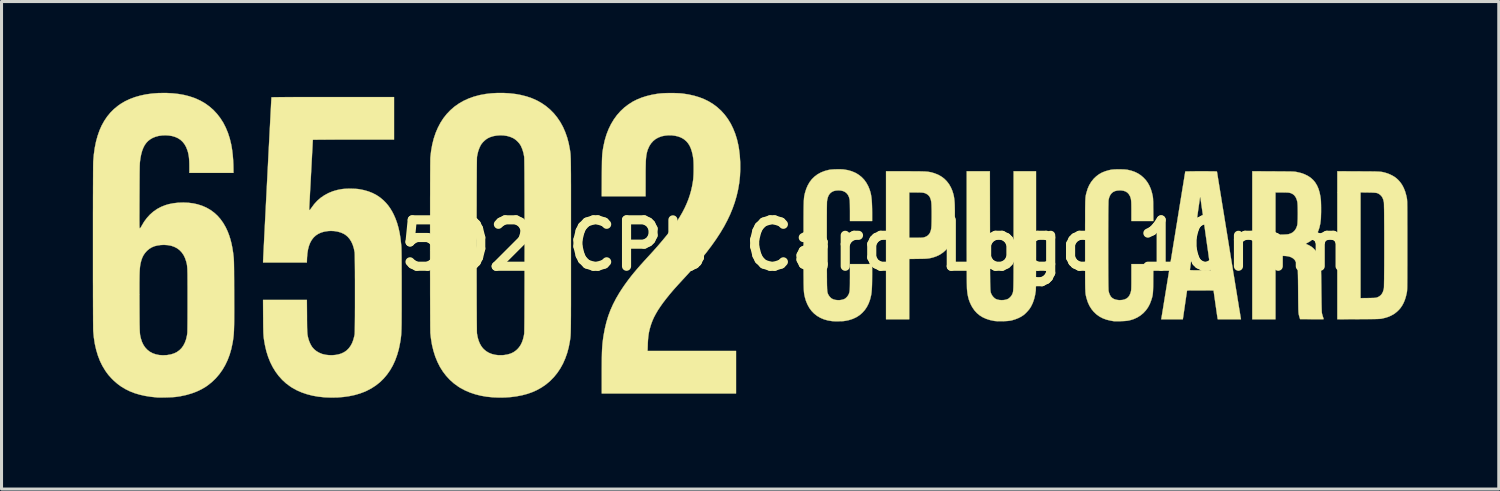
<source format=kicad_pcb>
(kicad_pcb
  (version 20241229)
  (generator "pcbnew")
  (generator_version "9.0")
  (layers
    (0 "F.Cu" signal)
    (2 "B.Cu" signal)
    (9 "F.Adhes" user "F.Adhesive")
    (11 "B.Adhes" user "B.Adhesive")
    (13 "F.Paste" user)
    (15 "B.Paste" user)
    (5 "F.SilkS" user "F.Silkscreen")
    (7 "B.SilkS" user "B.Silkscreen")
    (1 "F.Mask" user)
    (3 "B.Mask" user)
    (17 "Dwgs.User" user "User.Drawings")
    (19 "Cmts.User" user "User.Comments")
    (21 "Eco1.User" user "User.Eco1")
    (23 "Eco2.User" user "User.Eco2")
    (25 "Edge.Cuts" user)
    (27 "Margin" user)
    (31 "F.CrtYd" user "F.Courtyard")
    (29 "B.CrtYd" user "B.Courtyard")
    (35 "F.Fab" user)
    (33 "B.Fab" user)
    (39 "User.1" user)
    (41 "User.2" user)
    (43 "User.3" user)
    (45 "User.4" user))
  (footprint "6502 CPU Card Logo 10mm"
    (layer "F.Cu")
    (at 25.007 5.007)
    (property "Reference" "6502 CPU Card Logo 10mm" (at 0 0 0) (layer "F.SilkS") (effects (font (size 1.524 1.524) (thickness 0.3))))
    (attr through_hole)
    (fp_poly (pts (xy 1.679 -2.43) (xy 1.81 -2.43) (xy 1.926 -2.429) (xy 2.027 -2.429) (xy 2.116 -2.428) (xy 2.193 -2.427) (xy 2.259 -2.425) (xy 2.317 -2.423) (xy 2.368 -2.42) (xy 2.412 -2.416) (xy 2.451 -2.411) (xy 2.486 -2.405) (xy 2.52 -2.399) (xy 2.552 -2.391) (xy 2.585 -2.381) (xy 2.62 -2.371) (xy 2.642 -2.364) (xy 2.757 -2.319) (xy 2.863 -2.26) (xy 2.96 -2.188) (xy 3.045 -2.103) (xy 3.119 -2.007) (xy 3.18 -1.9) (xy 3.22 -1.808) (xy 3.239 -1.754) (xy 3.255 -1.702) (xy 3.269 -1.65) (xy 3.28 -1.597) (xy 3.289 -1.539) (xy 3.296 -1.477) (xy 3.302 -1.407) (xy 3.306 -1.328) (xy 3.308 -1.238) (xy 3.31 -1.136) (xy 3.31 -1.018) (xy 3.31 -0.992) (xy 3.31 -0.879) (xy 3.309 -0.78) (xy 3.307 -0.694) (xy 3.305 -0.62) (xy 3.301 -0.554) (xy 3.296 -0.497) (xy 3.289 -0.444) (xy 3.281 -0.395) (xy 3.271 -0.347) (xy 3.26 -0.3) (xy 3.252 -0.273) (xy 3.21 -0.149) (xy 3.155 -0.034) (xy 3.088 0.069) (xy 3.009 0.16) (xy 2.919 0.24) (xy 2.819 0.307) (xy 2.709 0.36) (xy 2.625 0.39) (xy 2.579 0.403) (xy 2.537 0.414) (xy 2.498 0.423) (xy 2.458 0.429) (xy 2.416 0.435) (xy 2.369 0.439) (xy 2.313 0.442) (xy 2.248 0.444) (xy 2.169 0.445) (xy 2.106 0.446) (xy 1.812 0.45) (xy 1.812 2.43) (xy 1.05 2.43) (xy 1.05 -1.736) (xy 1.812 -1.736) (xy 1.812 -0.246) (xy 2.03 -0.246) (xy 2.109 -0.246) (xy 2.173 -0.247) (xy 2.222 -0.249) (xy 2.259 -0.252) (xy 2.284 -0.256) (xy 2.29 -0.257) (xy 2.36 -0.282) (xy 2.417 -0.316) (xy 2.462 -0.361) (xy 2.497 -0.418) (xy 2.522 -0.487) (xy 2.536 -0.555) (xy 2.539 -0.59) (xy 2.543 -0.639) (xy 2.545 -0.701) (xy 2.547 -0.771) (xy 2.548 -0.848) (xy 2.549 -0.93) (xy 2.549 -1.014) (xy 2.549 -1.096) (xy 2.548 -1.176) (xy 2.546 -1.25) (xy 2.544 -1.316) (xy 2.541 -1.37) (xy 2.537 -1.412) (xy 2.536 -1.426) (xy 2.519 -1.504) (xy 2.495 -1.569) (xy 2.462 -1.621) (xy 2.42 -1.662) (xy 2.371 -1.693) (xy 2.344 -1.705) (xy 2.318 -1.715) (xy 2.29 -1.723) (xy 2.257 -1.728) (xy 2.216 -1.732) (xy 2.167 -1.734) (xy 2.105 -1.735) (xy 2.029 -1.736) (xy 2.023 -1.736) (xy 1.812 -1.736) (xy 1.05 -1.736) (xy 1.05 -2.43) (xy 1.679 -2.43)) (stroke (width 0.01) (type solid)) (fill yes) (layer "F.SilkS"))
    (fp_poly (pts (xy 4.464 -0.489) (xy 4.465 -0.272) (xy 4.465 -0.072) (xy 4.465 0.113) (xy 4.465 0.283) (xy 4.466 0.439) (xy 4.466 0.581) (xy 4.466 0.71) (xy 4.467 0.827) (xy 4.467 0.932) (xy 4.468 1.027) (xy 4.469 1.111) (xy 4.469 1.185) (xy 4.47 1.251) (xy 4.472 1.308) (xy 4.473 1.358) (xy 4.475 1.4) (xy 4.476 1.437) (xy 4.478 1.467) (xy 4.481 1.493) (xy 4.483 1.515) (xy 4.486 1.533) (xy 4.489 1.547) (xy 4.493 1.56) (xy 4.496 1.571) (xy 4.501 1.581) (xy 4.505 1.591) (xy 4.51 1.601) (xy 4.515 1.612) (xy 4.518 1.618) (xy 4.541 1.658) (xy 4.574 1.698) (xy 4.611 1.734) (xy 4.648 1.761) (xy 4.653 1.764) (xy 4.711 1.786) (xy 4.779 1.799) (xy 4.852 1.803) (xy 4.926 1.799) (xy 4.996 1.785) (xy 5.051 1.765) (xy 5.091 1.739) (xy 5.131 1.703) (xy 5.166 1.661) (xy 5.192 1.617) (xy 5.198 1.604) (xy 5.203 1.592) (xy 5.207 1.581) (xy 5.211 1.57) (xy 5.215 1.559) (xy 5.218 1.546) (xy 5.221 1.532) (xy 5.224 1.516) (xy 5.226 1.497) (xy 5.228 1.474) (xy 5.23 1.446) (xy 5.232 1.414) (xy 5.234 1.375) (xy 5.235 1.331) (xy 5.236 1.279) (xy 5.237 1.22) (xy 5.238 1.152) (xy 5.239 1.075) (xy 5.239 0.988) (xy 5.24 0.891) (xy 5.24 0.783) (xy 5.241 0.663) (xy 5.241 0.531) (xy 5.241 0.385) (xy 5.241 0.226) (xy 5.241 0.052) (xy 5.241 -0.136) (xy 5.241 -0.341) (xy 5.241 -0.5) (xy 5.241 -2.43) (xy 5.977 -2.43) (xy 5.977 -0.512) (xy 5.977 -0.263) (xy 5.977 -0.03) (xy 5.977 0.185) (xy 5.977 0.384) (xy 5.976 0.567) (xy 5.976 0.732) (xy 5.976 0.881) (xy 5.975 1.014) (xy 5.974 1.13) (xy 5.974 1.23) (xy 5.973 1.314) (xy 5.972 1.382) (xy 5.971 1.433) (xy 5.97 1.469) (xy 5.969 1.488) (xy 5.969 1.488) (xy 5.946 1.635) (xy 5.913 1.771) (xy 5.869 1.897) (xy 5.814 2.01) (xy 5.772 2.078) (xy 5.74 2.12) (xy 5.699 2.167) (xy 5.654 2.215) (xy 5.609 2.258) (xy 5.571 2.29) (xy 5.492 2.343) (xy 5.401 2.39) (xy 5.3 2.43) (xy 5.193 2.463) (xy 5.149 2.473) (xy 5.104 2.48) (xy 5.045 2.487) (xy 4.977 2.491) (xy 4.904 2.494) (xy 4.829 2.495) (xy 4.756 2.495) (xy 4.69 2.493) (xy 4.633 2.489) (xy 4.602 2.485) (xy 4.464 2.456) (xy 4.339 2.416) (xy 4.226 2.365) (xy 4.125 2.302) (xy 4.035 2.227) (xy 3.955 2.139) (xy 3.886 2.039) (xy 3.846 1.967) (xy 3.805 1.878) (xy 3.772 1.79) (xy 3.747 1.697) (xy 3.727 1.598) (xy 3.714 1.488) (xy 3.709 1.431) (xy 3.708 1.408) (xy 3.707 1.369) (xy 3.706 1.313) (xy 3.705 1.241) (xy 3.704 1.153) (xy 3.703 1.05) (xy 3.703 0.932) (xy 3.702 0.799) (xy 3.701 0.652) (xy 3.701 0.49) (xy 3.701 0.314) (xy 3.7 0.125) (xy 3.7 -0.078) (xy 3.7 -0.293) (xy 3.7 -0.522) (xy 3.7 -0.557) (xy 3.7 -2.43) (xy 4.461 -2.43) (xy 4.464 -0.489)) (stroke (width 0.01) (type solid)) (fill yes) (layer "F.SilkS"))
    (fp_poly (pts (xy 16.567 -2.428) (xy 16.695 -2.427) (xy 16.808 -2.426) (xy 16.906 -2.426) (xy 16.991 -2.425) (xy 17.064 -2.424) (xy 17.127 -2.423) (xy 17.181 -2.421) (xy 17.226 -2.419) (xy 17.265 -2.417) (xy 17.299 -2.414) (xy 17.329 -2.41) (xy 17.356 -2.406) (xy 17.381 -2.4) (xy 17.407 -2.394) (xy 17.433 -2.387) (xy 17.462 -2.379) (xy 17.479 -2.374) (xy 17.543 -2.353) (xy 17.611 -2.324) (xy 17.679 -2.291) (xy 17.739 -2.256) (xy 17.781 -2.228) (xy 17.866 -2.155) (xy 17.94 -2.073) (xy 18.004 -1.982) (xy 18.058 -1.879) (xy 18.103 -1.765) (xy 18.139 -1.638) (xy 18.158 -1.549) (xy 18.16 -1.539) (xy 18.162 -1.527) (xy 18.164 -1.513) (xy 18.165 -1.497) (xy 18.166 -1.478) (xy 18.168 -1.455) (xy 18.169 -1.427) (xy 18.17 -1.393) (xy 18.17 -1.353) (xy 18.171 -1.306) (xy 18.172 -1.25) (xy 18.172 -1.186) (xy 18.173 -1.113) (xy 18.173 -1.029) (xy 18.173 -0.934) (xy 18.173 -0.827) (xy 18.173 -0.707) (xy 18.174 -0.574) (xy 18.174 -0.427) (xy 18.174 -0.265) (xy 18.174 -0.087) (xy 18.174 0) (xy 18.174 0.186) (xy 18.174 0.355) (xy 18.174 0.509) (xy 18.174 0.648) (xy 18.173 0.774) (xy 18.173 0.886) (xy 18.173 0.987) (xy 18.173 1.076) (xy 18.172 1.154) (xy 18.172 1.222) (xy 18.171 1.281) (xy 18.171 1.332) (xy 18.17 1.376) (xy 18.169 1.412) (xy 18.168 1.443) (xy 18.167 1.468) (xy 18.166 1.489) (xy 18.164 1.506) (xy 18.163 1.521) (xy 18.161 1.533) (xy 18.159 1.545) (xy 18.158 1.549) (xy 18.129 1.678) (xy 18.094 1.792) (xy 18.052 1.893) (xy 18.002 1.985) (xy 17.944 2.068) (xy 17.891 2.128) (xy 17.813 2.2) (xy 17.73 2.262) (xy 17.637 2.313) (xy 17.534 2.356) (xy 17.418 2.39) (xy 17.331 2.41) (xy 17.317 2.413) (xy 17.3 2.415) (xy 17.279 2.417) (xy 17.254 2.419) (xy 17.224 2.42) (xy 17.186 2.422) (xy 17.141 2.423) (xy 17.086 2.424) (xy 17.021 2.425) (xy 16.944 2.425) (xy 16.854 2.426) (xy 16.75 2.427) (xy 16.631 2.427) (xy 16.567 2.428) (xy 15.875 2.431) (xy 15.875 1.737) (xy 16.637 1.737) (xy 16.885 1.734) (xy 16.96 1.733) (xy 17.02 1.731) (xy 17.067 1.73) (xy 17.104 1.728) (xy 17.132 1.725) (xy 17.153 1.722) (xy 17.17 1.718) (xy 17.176 1.716) (xy 17.241 1.687) (xy 17.296 1.646) (xy 17.34 1.594) (xy 17.374 1.528) (xy 17.398 1.448) (xy 17.404 1.419) (xy 17.406 1.402) (xy 17.408 1.369) (xy 17.409 1.322) (xy 17.41 1.26) (xy 17.411 1.187) (xy 17.413 1.102) (xy 17.413 1.006) (xy 17.414 0.902) (xy 17.415 0.79) (xy 17.416 0.671) (xy 17.416 0.546) (xy 17.417 0.417) (xy 17.417 0.284) (xy 17.417 0.148) (xy 17.417 0.012) (xy 17.417 -0.124) (xy 17.417 -0.26) (xy 17.417 -0.393) (xy 17.416 -0.523) (xy 17.416 -0.649) (xy 17.415 -0.769) (xy 17.414 -0.883) (xy 17.414 -0.989) (xy 17.413 -1.086) (xy 17.412 -1.172) (xy 17.41 -1.248) (xy 17.409 -1.312) (xy 17.408 -1.362) (xy 17.406 -1.398) (xy 17.405 -1.418) (xy 17.404 -1.419) (xy 17.385 -1.498) (xy 17.359 -1.562) (xy 17.325 -1.615) (xy 17.282 -1.658) (xy 17.261 -1.673) (xy 17.238 -1.689) (xy 17.216 -1.701) (xy 17.193 -1.711) (xy 17.168 -1.718) (xy 17.137 -1.723) (xy 17.099 -1.727) (xy 17.051 -1.73) (xy 16.992 -1.732) (xy 16.919 -1.733) (xy 16.885 -1.734) (xy 16.637 -1.737) (xy 16.637 1.737) (xy 15.875 1.737) (xy 15.875 -2.431) (xy 16.567 -2.428)) (stroke (width 0.01) (type solid)) (fill yes) (layer "F.SilkS"))
    (fp_poly (pts (xy 13.765 -2.428) (xy 13.889 -2.427) (xy 13.997 -2.426) (xy 14.091 -2.426) (xy 14.172 -2.425) (xy 14.241 -2.424) (xy 14.299 -2.424) (xy 14.348 -2.423) (xy 14.388 -2.421) (xy 14.422 -2.42) (xy 14.449 -2.419) (xy 14.473 -2.417) (xy 14.493 -2.414) (xy 14.511 -2.412) (xy 14.528 -2.409) (xy 14.542 -2.406) (xy 14.675 -2.375) (xy 14.794 -2.334) (xy 14.901 -2.282) (xy 14.996 -2.22) (xy 15.078 -2.147) (xy 15.148 -2.063) (xy 15.207 -1.966) (xy 15.255 -1.857) (xy 15.292 -1.736) (xy 15.319 -1.601) (xy 15.333 -1.495) (xy 15.336 -1.45) (xy 15.338 -1.392) (xy 15.34 -1.323) (xy 15.341 -1.247) (xy 15.341 -1.168) (xy 15.341 -1.089) (xy 15.339 -1.013) (xy 15.337 -0.943) (xy 15.335 -0.883) (xy 15.333 -0.856) (xy 15.316 -0.716) (xy 15.288 -0.587) (xy 15.249 -0.471) (xy 15.198 -0.367) (xy 15.137 -0.276) (xy 15.065 -0.197) (xy 14.982 -0.132) (xy 14.912 -0.091) (xy 14.881 -0.074) (xy 14.858 -0.06) (xy 14.844 -0.051) (xy 14.842 -0.048) (xy 14.849 -0.04) (xy 14.861 -0.036) (xy 14.877 -0.03) (xy 14.903 -0.018) (xy 14.936 -0.003) (xy 14.956 0.007) (xy 15.028 0.05) (xy 15.095 0.106) (xy 15.155 0.171) (xy 15.202 0.24) (xy 15.212 0.258) (xy 15.248 0.336) (xy 15.277 0.42) (xy 15.301 0.513) (xy 15.321 0.619) (xy 15.33 0.677) (xy 15.332 0.7) (xy 15.335 0.726) (xy 15.337 0.756) (xy 15.339 0.793) (xy 15.34 0.836) (xy 15.342 0.888) (xy 15.343 0.949) (xy 15.345 1.02) (xy 15.346 1.104) (xy 15.347 1.2) (xy 15.349 1.311) (xy 15.35 1.437) (xy 15.35 1.477) (xy 15.352 1.621) (xy 15.354 1.75) (xy 15.355 1.864) (xy 15.357 1.963) (xy 15.359 2.047) (xy 15.361 2.115) (xy 15.363 2.167) (xy 15.365 2.203) (xy 15.367 2.222) (xy 15.374 2.255) (xy 15.385 2.296) (xy 15.398 2.337) (xy 15.401 2.348) (xy 15.412 2.381) (xy 15.421 2.407) (xy 15.426 2.423) (xy 15.426 2.426) (xy 15.418 2.427) (xy 15.395 2.428) (xy 15.358 2.428) (xy 15.309 2.428) (xy 15.25 2.428) (xy 15.182 2.428) (xy 15.107 2.428) (xy 15.04 2.428) (xy 14.653 2.426) (xy 14.641 2.392) (xy 14.634 2.367) (xy 14.624 2.333) (xy 14.614 2.295) (xy 14.612 2.286) (xy 14.609 2.273) (xy 14.606 2.259) (xy 14.604 2.243) (xy 14.602 2.225) (xy 14.6 2.203) (xy 14.598 2.176) (xy 14.597 2.143) (xy 14.595 2.102) (xy 14.594 2.052) (xy 14.593 1.993) (xy 14.592 1.923) (xy 14.591 1.84) (xy 14.59 1.745) (xy 14.589 1.634) (xy 14.588 1.508) (xy 14.588 1.503) (xy 14.587 1.37) (xy 14.586 1.253) (xy 14.585 1.15) (xy 14.583 1.061) (xy 14.582 0.984) (xy 14.58 0.918) (xy 14.579 0.861) (xy 14.576 0.814) (xy 14.574 0.774) (xy 14.571 0.74) (xy 14.567 0.711) (xy 14.563 0.686) (xy 14.558 0.664) (xy 14.553 0.643) (xy 14.547 0.623) (xy 14.541 0.604) (xy 14.51 0.533) (xy 14.47 0.475) (xy 14.42 0.429) (xy 14.364 0.397) (xy 14.325 0.381) (xy 14.283 0.368) (xy 14.236 0.359) (xy 14.181 0.353) (xy 14.114 0.349) (xy 14.035 0.348) (xy 14.01 0.347) (xy 13.843 0.347) (xy 13.843 2.43) (xy 13.081 2.43) (xy 13.081 -1.736) (xy 13.843 -1.736) (xy 13.843 -0.345) (xy 14.04 -0.349) (xy 14.113 -0.351) (xy 14.172 -0.354) (xy 14.218 -0.357) (xy 14.253 -0.361) (xy 14.279 -0.366) (xy 14.287 -0.368) (xy 14.363 -0.396) (xy 14.427 -0.437) (xy 14.479 -0.489) (xy 14.521 -0.555) (xy 14.551 -0.633) (xy 14.56 -0.669) (xy 14.565 -0.698) (xy 14.568 -0.742) (xy 14.571 -0.798) (xy 14.574 -0.863) (xy 14.575 -0.934) (xy 14.576 -1.009) (xy 14.576 -1.086) (xy 14.575 -1.162) (xy 14.574 -1.234) (xy 14.572 -1.3) (xy 14.569 -1.357) (xy 14.565 -1.402) (xy 14.56 -1.433) (xy 14.56 -1.434) (xy 14.536 -1.517) (xy 14.503 -1.586) (xy 14.46 -1.642) (xy 14.407 -1.684) (xy 14.343 -1.714) (xy 14.292 -1.727) (xy 14.271 -1.73) (xy 14.235 -1.732) (xy 14.189 -1.734) (xy 14.136 -1.735) (xy 14.077 -1.736) (xy 14.045 -1.736) (xy 13.843 -1.736) (xy 13.081 -1.736) (xy 13.081 -2.431) (xy 13.765 -2.428)) (stroke (width 0.01) (type solid)) (fill yes) (layer "F.SilkS"))
    (fp_poly (pts (xy -5.884 -4.998) (xy -5.796 -4.995) (xy -5.717 -4.991) (xy -5.65 -4.985) (xy -5.639 -4.984) (xy -5.441 -4.954) (xy -5.256 -4.913) (xy -5.083 -4.861) (xy -4.922 -4.798) (xy -4.771 -4.723) (xy -4.629 -4.636) (xy -4.497 -4.537) (xy -4.374 -4.425) (xy -4.364 -4.416) (xy -4.25 -4.289) (xy -4.147 -4.15) (xy -4.054 -3.999) (xy -3.974 -3.836) (xy -3.904 -3.662) (xy -3.847 -3.479) (xy -3.802 -3.285) (xy -3.781 -3.162) (xy -3.755 -2.943) (xy -3.74 -2.719) (xy -3.739 -2.494) (xy -3.749 -2.272) (xy -3.772 -2.058) (xy -3.777 -2.024) (xy -3.813 -1.818) (xy -3.86 -1.616) (xy -3.919 -1.415) (xy -3.989 -1.216) (xy -4.071 -1.016) (xy -4.166 -0.816) (xy -4.273 -0.614) (xy -4.395 -0.41) (xy -4.53 -0.203) (xy -4.679 0.008) (xy -4.843 0.225) (xy -5.02 0.445) (xy -5.098 0.538) (xy -5.18 0.633) (xy -5.267 0.732) (xy -5.362 0.838) (xy -5.465 0.952) (xy -5.567 1.063) (xy -5.643 1.145) (xy -5.709 1.217) (xy -5.766 1.279) (xy -5.816 1.334) (xy -5.861 1.384) (xy -5.901 1.429) (xy -5.939 1.472) (xy -5.975 1.514) (xy -6.011 1.557) (xy -6.048 1.6) (xy -6.165 1.745) (xy -6.27 1.881) (xy -6.362 2.01) (xy -6.443 2.133) (xy -6.513 2.252) (xy -6.574 2.367) (xy -6.625 2.481) (xy -6.667 2.594) (xy -6.696 2.688) (xy -6.719 2.771) (xy -6.737 2.851) (xy -6.751 2.932) (xy -6.762 3.017) (xy -6.77 3.109) (xy -6.776 3.212) (xy -6.778 3.283) (xy -6.784 3.471) (xy -3.878 3.471) (xy -3.878 4.868) (xy -8.289 4.868) (xy -8.289 4.217) (xy -8.289 4.068) (xy -8.288 3.934) (xy -8.287 3.814) (xy -8.286 3.706) (xy -8.284 3.609) (xy -8.282 3.522) (xy -8.279 3.443) (xy -8.275 3.37) (xy -8.27 3.302) (xy -8.265 3.237) (xy -8.258 3.175) (xy -8.25 3.112) (xy -8.242 3.049) (xy -8.232 2.983) (xy -8.229 2.963) (xy -8.188 2.743) (xy -8.138 2.533) (xy -8.077 2.33) (xy -8.004 2.134) (xy -7.918 1.941) (xy -7.819 1.749) (xy -7.705 1.555) (xy -7.633 1.444) (xy -7.559 1.334) (xy -7.482 1.226) (xy -7.402 1.118) (xy -7.317 1.008) (xy -7.226 0.896) (xy -7.127 0.779) (xy -7.02 0.656) (xy -6.902 0.525) (xy -6.774 0.385) (xy -6.599 0.194) (xy -6.437 0.011) (xy -6.288 -0.164) (xy -6.151 -0.331) (xy -6.027 -0.492) (xy -5.913 -0.647) (xy -5.811 -0.797) (xy -5.718 -0.943) (xy -5.636 -1.086) (xy -5.563 -1.227) (xy -5.5 -1.366) (xy -5.444 -1.504) (xy -5.397 -1.643) (xy -5.357 -1.782) (xy -5.324 -1.924) (xy -5.298 -2.068) (xy -5.286 -2.151) (xy -5.281 -2.2) (xy -5.277 -2.262) (xy -5.273 -2.333) (xy -5.271 -2.411) (xy -5.27 -2.493) (xy -5.27 -2.574) (xy -5.271 -2.652) (xy -5.273 -2.723) (xy -5.276 -2.785) (xy -5.281 -2.834) (xy -5.282 -2.845) (xy -5.303 -2.973) (xy -5.331 -3.086) (xy -5.364 -3.186) (xy -5.404 -3.273) (xy -5.452 -3.348) (xy -5.508 -3.414) (xy -5.573 -3.47) (xy -5.61 -3.497) (xy -5.691 -3.541) (xy -5.783 -3.575) (xy -5.884 -3.598) (xy -5.989 -3.611) (xy -6.098 -3.613) (xy -6.206 -3.603) (xy -6.311 -3.582) (xy -6.33 -3.577) (xy -6.43 -3.539) (xy -6.52 -3.489) (xy -6.599 -3.425) (xy -6.668 -3.348) (xy -6.726 -3.259) (xy -6.771 -3.158) (xy -6.782 -3.129) (xy -6.794 -3.091) (xy -6.804 -3.053) (xy -6.813 -3.014) (xy -6.821 -2.973) (xy -6.828 -2.928) (xy -6.833 -2.878) (xy -6.838 -2.822) (xy -6.842 -2.758) (xy -6.844 -2.684) (xy -6.846 -2.601) (xy -6.848 -2.505) (xy -6.849 -2.396) (xy -6.849 -2.273) (xy -6.849 -2.161) (xy -6.85 -1.609) (xy -8.29 -1.609) (xy -8.287 -2.254) (xy -8.286 -2.383) (xy -8.285 -2.496) (xy -8.284 -2.595) (xy -8.283 -2.682) (xy -8.282 -2.758) (xy -8.28 -2.824) (xy -8.278 -2.882) (xy -8.275 -2.934) (xy -8.272 -2.981) (xy -8.268 -3.024) (xy -8.263 -3.065) (xy -8.258 -3.105) (xy -8.251 -3.147) (xy -8.244 -3.191) (xy -8.235 -3.238) (xy -8.233 -3.251) (xy -8.19 -3.449) (xy -8.134 -3.636) (xy -8.066 -3.812) (xy -7.985 -3.978) (xy -7.893 -4.132) (xy -7.789 -4.275) (xy -7.674 -4.405) (xy -7.547 -4.524) (xy -7.409 -4.629) (xy -7.266 -4.72) (xy -7.13 -4.788) (xy -6.981 -4.849) (xy -6.82 -4.9) (xy -6.649 -4.942) (xy -6.47 -4.974) (xy -6.392 -4.984) (xy -6.328 -4.99) (xy -6.251 -4.995) (xy -6.164 -4.998) (xy -6.071 -4.999) (xy -5.977 -5) (xy -5.884 -4.998)) (stroke (width 0.01) (type solid)) (fill yes) (layer "F.SilkS"))
    (fp_poly (pts (xy -0.45 -2.496) (xy -0.39 -2.494) (xy -0.341 -2.49) (xy -0.203 -2.467) (xy -0.075 -2.43) (xy 0.043 -2.38) (xy 0.149 -2.317) (xy 0.245 -2.242) (xy 0.33 -2.154) (xy 0.403 -2.053) (xy 0.465 -1.941) (xy 0.515 -1.816) (xy 0.515 -1.815) (xy 0.533 -1.756) (xy 0.549 -1.695) (xy 0.561 -1.63) (xy 0.571 -1.56) (xy 0.579 -1.482) (xy 0.585 -1.394) (xy 0.589 -1.296) (xy 0.592 -1.184) (xy 0.593 -1.057) (xy 0.593 -1.052) (xy 0.593 -0.796) (xy -0.135 -0.796) (xy -0.135 -1.119) (xy -0.136 -1.212) (xy -0.137 -1.295) (xy -0.138 -1.365) (xy -0.14 -1.423) (xy -0.142 -1.466) (xy -0.145 -1.494) (xy -0.145 -1.497) (xy -0.166 -1.579) (xy -0.198 -1.649) (xy -0.24 -1.705) (xy -0.294 -1.749) (xy -0.359 -1.78) (xy -0.435 -1.798) (xy -0.514 -1.803) (xy -0.6 -1.797) (xy -0.674 -1.779) (xy -0.736 -1.748) (xy -0.788 -1.705) (xy -0.83 -1.649) (xy -0.861 -1.579) (xy -0.882 -1.495) (xy -0.89 -1.44) (xy -0.891 -1.419) (xy -0.892 -1.382) (xy -0.893 -1.327) (xy -0.894 -1.256) (xy -0.895 -1.169) (xy -0.895 -1.065) (xy -0.896 -0.946) (xy -0.896 -0.81) (xy -0.896 -0.658) (xy -0.896 -0.491) (xy -0.896 -0.308) (xy -0.896 -0.11) (xy -0.895 0.059) (xy -0.895 0.243) (xy -0.895 0.411) (xy -0.894 0.563) (xy -0.894 0.701) (xy -0.894 0.825) (xy -0.893 0.936) (xy -0.893 1.035) (xy -0.892 1.122) (xy -0.892 1.199) (xy -0.891 1.266) (xy -0.89 1.324) (xy -0.888 1.374) (xy -0.887 1.417) (xy -0.885 1.452) (xy -0.883 1.482) (xy -0.881 1.507) (xy -0.878 1.528) (xy -0.875 1.545) (xy -0.871 1.559) (xy -0.868 1.571) (xy -0.863 1.583) (xy -0.859 1.594) (xy -0.854 1.606) (xy -0.848 1.618) (xy -0.848 1.619) (xy -0.825 1.658) (xy -0.793 1.699) (xy -0.757 1.734) (xy -0.731 1.753) (xy -0.676 1.779) (xy -0.61 1.796) (xy -0.538 1.803) (xy -0.465 1.802) (xy -0.393 1.79) (xy -0.328 1.77) (xy -0.317 1.765) (xy -0.279 1.74) (xy -0.241 1.705) (xy -0.207 1.664) (xy -0.182 1.622) (xy -0.181 1.62) (xy -0.171 1.597) (xy -0.163 1.575) (xy -0.156 1.552) (xy -0.15 1.527) (xy -0.146 1.499) (xy -0.142 1.464) (xy -0.14 1.423) (xy -0.138 1.372) (xy -0.137 1.312) (xy -0.136 1.24) (xy -0.136 1.154) (xy -0.135 1.053) (xy -0.135 1.037) (xy -0.135 0.618) (xy 0.593 0.618) (xy 0.593 0.963) (xy 0.592 1.087) (xy 0.591 1.195) (xy 0.589 1.29) (xy 0.586 1.373) (xy 0.582 1.445) (xy 0.577 1.509) (xy 0.571 1.565) (xy 0.564 1.616) (xy 0.558 1.648) (xy 0.524 1.786) (xy 0.478 1.912) (xy 0.42 2.026) (xy 0.35 2.129) (xy 0.268 2.22) (xy 0.175 2.299) (xy 0.072 2.365) (xy -0.043 2.418) (xy -0.168 2.458) (xy -0.178 2.46) (xy -0.224 2.47) (xy -0.274 2.48) (xy -0.32 2.487) (xy -0.33 2.489) (xy -0.362 2.492) (xy -0.407 2.494) (xy -0.461 2.495) (xy -0.519 2.496) (xy -0.578 2.496) (xy -0.633 2.496) (xy -0.68 2.494) (xy -0.715 2.492) (xy -0.72 2.492) (xy -0.858 2.47) (xy -0.986 2.434) (xy -1.105 2.384) (xy -1.212 2.322) (xy -1.309 2.247) (xy -1.395 2.159) (xy -1.469 2.059) (xy -1.531 1.947) (xy -1.582 1.823) (xy -1.614 1.714) (xy -1.619 1.691) (xy -1.624 1.67) (xy -1.629 1.648) (xy -1.633 1.627) (xy -1.637 1.604) (xy -1.641 1.579) (xy -1.644 1.552) (xy -1.647 1.521) (xy -1.649 1.486) (xy -1.651 1.446) (xy -1.653 1.399) (xy -1.654 1.346) (xy -1.656 1.285) (xy -1.657 1.216) (xy -1.657 1.137) (xy -1.658 1.048) (xy -1.659 0.949) (xy -1.659 0.837) (xy -1.659 0.714) (xy -1.659 0.577) (xy -1.659 0.425) (xy -1.659 0.259) (xy -1.659 0.077) (xy -1.659 0) (xy -1.659 -0.189) (xy -1.659 -0.361) (xy -1.659 -0.518) (xy -1.659 -0.661) (xy -1.659 -0.79) (xy -1.659 -0.906) (xy -1.658 -1.01) (xy -1.658 -1.103) (xy -1.657 -1.186) (xy -1.656 -1.259) (xy -1.655 -1.323) (xy -1.653 -1.379) (xy -1.652 -1.428) (xy -1.65 -1.471) (xy -1.647 -1.508) (xy -1.645 -1.54) (xy -1.642 -1.569) (xy -1.639 -1.595) (xy -1.635 -1.618) (xy -1.631 -1.64) (xy -1.626 -1.661) (xy -1.621 -1.683) (xy -1.616 -1.705) (xy -1.614 -1.715) (xy -1.573 -1.848) (xy -1.521 -1.969) (xy -1.457 -2.079) (xy -1.382 -2.176) (xy -1.294 -2.26) (xy -1.196 -2.333) (xy -1.085 -2.393) (xy -0.964 -2.44) (xy -0.831 -2.475) (xy -0.821 -2.477) (xy -0.778 -2.484) (xy -0.722 -2.489) (xy -0.657 -2.493) (xy -0.588 -2.495) (xy -0.517 -2.497) (xy -0.45 -2.496)) (stroke (width 0.01) (type solid)) (fill yes) (layer "F.SilkS"))
    (fp_poly (pts (xy 8.75 -2.494) (xy 8.824 -2.492) (xy 8.892 -2.489) (xy 8.95 -2.483) (xy 8.987 -2.478) (xy 9.112 -2.448) (xy 9.224 -2.409) (xy 9.326 -2.359) (xy 9.419 -2.298) (xy 9.502 -2.227) (xy 9.58 -2.145) (xy 9.646 -2.055) (xy 9.701 -1.956) (xy 9.748 -1.847) (xy 9.785 -1.725) (xy 9.805 -1.637) (xy 9.81 -1.614) (xy 9.814 -1.592) (xy 9.817 -1.569) (xy 9.82 -1.542) (xy 9.822 -1.512) (xy 9.823 -1.474) (xy 9.825 -1.429) (xy 9.826 -1.373) (xy 9.826 -1.304) (xy 9.827 -1.222) (xy 9.828 -1.171) (xy 9.831 -0.796) (xy 9.11 -0.796) (xy 9.11 -1.117) (xy 9.11 -1.211) (xy 9.109 -1.291) (xy 9.108 -1.357) (xy 9.106 -1.412) (xy 9.103 -1.457) (xy 9.098 -1.495) (xy 9.093 -1.527) (xy 9.085 -1.556) (xy 9.076 -1.582) (xy 9.066 -1.609) (xy 9.061 -1.618) (xy 9.025 -1.68) (xy 8.979 -1.729) (xy 8.922 -1.766) (xy 8.854 -1.79) (xy 8.774 -1.802) (xy 8.73 -1.803) (xy 8.644 -1.797) (xy 8.57 -1.779) (xy 8.507 -1.748) (xy 8.455 -1.704) (xy 8.414 -1.648) (xy 8.382 -1.577) (xy 8.361 -1.493) (xy 8.36 -1.49) (xy 8.359 -1.473) (xy 8.357 -1.44) (xy 8.356 -1.392) (xy 8.355 -1.33) (xy 8.353 -1.256) (xy 8.352 -1.17) (xy 8.351 -1.074) (xy 8.35 -0.969) (xy 8.35 -0.856) (xy 8.349 -0.735) (xy 8.349 -0.609) (xy 8.348 -0.477) (xy 8.348 -0.342) (xy 8.348 -0.204) (xy 8.347 -0.064) (xy 8.347 0.076) (xy 8.348 0.216) (xy 8.348 0.354) (xy 8.348 0.489) (xy 8.349 0.62) (xy 8.349 0.746) (xy 8.35 0.867) (xy 8.35 0.98) (xy 8.351 1.085) (xy 8.352 1.181) (xy 8.353 1.266) (xy 8.354 1.34) (xy 8.356 1.401) (xy 8.357 1.449) (xy 8.359 1.482) (xy 8.36 1.499) (xy 8.376 1.563) (xy 8.4 1.625) (xy 8.429 1.677) (xy 8.437 1.689) (xy 8.481 1.732) (xy 8.537 1.766) (xy 8.605 1.789) (xy 8.682 1.801) (xy 8.729 1.803) (xy 8.815 1.797) (xy 8.889 1.779) (xy 8.952 1.749) (xy 9.005 1.706) (xy 9.046 1.649) (xy 9.078 1.579) (xy 9.097 1.509) (xy 9.1 1.491) (xy 9.103 1.47) (xy 9.105 1.443) (xy 9.107 1.41) (xy 9.108 1.368) (xy 9.109 1.316) (xy 9.11 1.252) (xy 9.11 1.176) (xy 9.11 1.085) (xy 9.11 1.032) (xy 9.11 0.618) (xy 9.831 0.618) (xy 9.827 1.086) (xy 9.827 1.193) (xy 9.826 1.285) (xy 9.825 1.363) (xy 9.823 1.43) (xy 9.821 1.487) (xy 9.818 1.535) (xy 9.815 1.577) (xy 9.81 1.614) (xy 9.805 1.648) (xy 9.798 1.68) (xy 9.79 1.713) (xy 9.78 1.748) (xy 9.768 1.786) (xy 9.762 1.805) (xy 9.716 1.927) (xy 9.657 2.038) (xy 9.585 2.139) (xy 9.501 2.229) (xy 9.406 2.307) (xy 9.302 2.372) (xy 9.187 2.424) (xy 9.157 2.434) (xy 9.1 2.452) (xy 9.047 2.466) (xy 8.994 2.477) (xy 8.937 2.484) (xy 8.873 2.489) (xy 8.798 2.492) (xy 8.738 2.494) (xy 8.681 2.494) (xy 8.63 2.494) (xy 8.585 2.494) (xy 8.551 2.494) (xy 8.53 2.493) (xy 8.526 2.493) (xy 8.508 2.49) (xy 8.479 2.485) (xy 8.443 2.478) (xy 8.425 2.475) (xy 8.296 2.445) (xy 8.176 2.401) (xy 8.066 2.344) (xy 7.966 2.273) (xy 7.877 2.19) (xy 7.799 2.095) (xy 7.732 1.988) (xy 7.678 1.869) (xy 7.637 1.74) (xy 7.634 1.726) (xy 7.628 1.705) (xy 7.623 1.685) (xy 7.619 1.667) (xy 7.615 1.649) (xy 7.611 1.63) (xy 7.608 1.609) (xy 7.605 1.587) (xy 7.603 1.561) (xy 7.6 1.532) (xy 7.599 1.498) (xy 7.597 1.459) (xy 7.595 1.413) (xy 7.594 1.36) (xy 7.593 1.3) (xy 7.592 1.231) (xy 7.592 1.152) (xy 7.591 1.064) (xy 7.591 0.964) (xy 7.591 0.853) (xy 7.59 0.729) (xy 7.59 0.592) (xy 7.59 0.44) (xy 7.59 0.274) (xy 7.59 0.092) (xy 7.59 0) (xy 7.59 -0.19) (xy 7.59 -0.364) (xy 7.59 -0.522) (xy 7.59 -0.666) (xy 7.591 -0.796) (xy 7.591 -0.913) (xy 7.591 -1.018) (xy 7.591 -1.112) (xy 7.592 -1.195) (xy 7.593 -1.268) (xy 7.594 -1.333) (xy 7.595 -1.389) (xy 7.596 -1.438) (xy 7.598 -1.48) (xy 7.6 -1.517) (xy 7.602 -1.548) (xy 7.604 -1.575) (xy 7.607 -1.599) (xy 7.61 -1.62) (xy 7.613 -1.64) (xy 7.617 -1.658) (xy 7.621 -1.677) (xy 7.626 -1.695) (xy 7.631 -1.716) (xy 7.634 -1.726) (xy 7.673 -1.856) (xy 7.725 -1.974) (xy 7.79 -2.082) (xy 7.868 -2.18) (xy 7.873 -2.186) (xy 7.955 -2.264) (xy 8.044 -2.331) (xy 8.141 -2.386) (xy 8.249 -2.43) (xy 8.37 -2.465) (xy 8.429 -2.478) (xy 8.474 -2.485) (xy 8.533 -2.49) (xy 8.601 -2.493) (xy 8.675 -2.494) (xy 8.75 -2.494)) (stroke (width 0.01) (type solid)) (fill yes) (layer "F.SilkS"))
    (fp_poly (pts (xy 11.512 -2.43) (xy 11.608 -2.43) (xy 11.688 -2.429) (xy 11.755 -2.429) (xy 11.809 -2.428) (xy 11.851 -2.427) (xy 11.882 -2.426) (xy 11.904 -2.424) (xy 11.916 -2.422) (xy 11.921 -2.42) (xy 11.921 -2.42) (xy 11.922 -2.411) (xy 11.926 -2.386) (xy 11.933 -2.346) (xy 11.941 -2.291) (xy 11.952 -2.224) (xy 11.965 -2.143) (xy 11.98 -2.051) (xy 11.997 -1.947) (xy 12.015 -1.834) (xy 12.035 -1.71) (xy 12.057 -1.579) (xy 12.079 -1.439) (xy 12.103 -1.292) (xy 12.128 -1.139) (xy 12.154 -0.981) (xy 12.18 -0.818) (xy 12.207 -0.651) (xy 12.235 -0.481) (xy 12.263 -0.309) (xy 12.291 -0.136) (xy 12.319 0.038) (xy 12.347 0.212) (xy 12.375 0.385) (xy 12.403 0.556) (xy 12.431 0.724) (xy 12.457 0.889) (xy 12.484 1.05) (xy 12.509 1.206) (xy 12.533 1.356) (xy 12.557 1.499) (xy 12.579 1.635) (xy 12.599 1.762) (xy 12.619 1.88) (xy 12.636 1.989) (xy 12.652 2.087) (xy 12.667 2.173) (xy 12.679 2.247) (xy 12.689 2.308) (xy 12.696 2.355) (xy 12.702 2.388) (xy 12.705 2.405) (xy 12.705 2.407) (xy 12.71 2.43) (xy 11.947 2.43) (xy 11.943 2.411) (xy 11.941 2.399) (xy 11.937 2.372) (xy 11.931 2.333) (xy 11.923 2.283) (xy 11.915 2.224) (xy 11.905 2.157) (xy 11.895 2.086) (xy 11.884 2.011) (xy 11.873 1.934) (xy 11.862 1.858) (xy 11.852 1.784) (xy 11.842 1.715) (xy 11.833 1.651) (xy 11.825 1.596) (xy 11.819 1.55) (xy 11.814 1.516) (xy 11.812 1.496) (xy 11.811 1.49) (xy 11.803 1.488) (xy 11.779 1.486) (xy 11.739 1.485) (xy 11.683 1.483) (xy 11.611 1.483) (xy 11.522 1.482) (xy 11.416 1.482) (xy 11.376 1.482) (xy 11.279 1.482) (xy 11.197 1.482) (xy 11.13 1.482) (xy 11.075 1.482) (xy 11.032 1.483) (xy 10.999 1.484) (xy 10.975 1.485) (xy 10.958 1.487) (xy 10.947 1.489) (xy 10.941 1.491) (xy 10.938 1.494) (xy 10.937 1.496) (xy 10.935 1.507) (xy 10.931 1.534) (xy 10.925 1.573) (xy 10.917 1.625) (xy 10.908 1.687) (xy 10.898 1.758) (xy 10.886 1.837) (xy 10.874 1.921) (xy 10.867 1.971) (xy 10.8 2.43) (xy 10.09 2.43) (xy 10.095 2.402) (xy 10.098 2.39) (xy 10.102 2.362) (xy 10.109 2.319) (xy 10.119 2.262) (xy 10.13 2.191) (xy 10.144 2.109) (xy 10.159 2.014) (xy 10.176 1.908) (xy 10.195 1.793) (xy 10.215 1.668) (xy 10.237 1.534) (xy 10.26 1.393) (xy 10.284 1.245) (xy 10.309 1.091) (xy 10.335 0.932) (xy 10.356 0.806) (xy 11.032 0.806) (xy 11.033 0.81) (xy 11.037 0.813) (xy 11.045 0.816) (xy 11.058 0.817) (xy 11.079 0.819) (xy 11.109 0.82) (xy 11.15 0.821) (xy 11.202 0.821) (xy 11.268 0.821) (xy 11.348 0.821) (xy 11.375 0.821) (xy 11.718 0.821) (xy 11.714 0.802) (xy 11.712 0.792) (xy 11.708 0.765) (xy 11.702 0.724) (xy 11.694 0.669) (xy 11.685 0.601) (xy 11.673 0.521) (xy 11.66 0.431) (xy 11.646 0.33) (xy 11.631 0.22) (xy 11.614 0.102) (xy 11.596 -0.023) (xy 11.578 -0.154) (xy 11.558 -0.291) (xy 11.543 -0.398) (xy 11.524 -0.537) (xy 11.505 -0.672) (xy 11.486 -0.801) (xy 11.469 -0.924) (xy 11.453 -1.039) (xy 11.437 -1.146) (xy 11.423 -1.243) (xy 11.411 -1.33) (xy 11.4 -1.406) (xy 11.391 -1.469) (xy 11.384 -1.52) (xy 11.378 -1.556) (xy 11.375 -1.577) (xy 11.374 -1.583) (xy 11.366 -1.582) (xy 11.366 -1.581) (xy 11.364 -1.572) (xy 11.36 -1.548) (xy 11.354 -1.509) (xy 11.347 -1.457) (xy 11.338 -1.393) (xy 11.327 -1.318) (xy 11.315 -1.232) (xy 11.301 -1.138) (xy 11.287 -1.037) (xy 11.272 -0.929) (xy 11.256 -0.816) (xy 11.239 -0.699) (xy 11.223 -0.579) (xy 11.205 -0.457) (xy 11.188 -0.334) (xy 11.171 -0.212) (xy 11.155 -0.091) (xy 11.138 0.026) (xy 11.122 0.14) (xy 11.107 0.249) (xy 11.093 0.351) (xy 11.08 0.446) (xy 11.068 0.532) (xy 11.058 0.609) (xy 11.049 0.675) (xy 11.042 0.729) (xy 11.037 0.769) (xy 11.033 0.796) (xy 11.032 0.806) (xy 10.356 0.806) (xy 10.362 0.768) (xy 10.389 0.601) (xy 10.417 0.43) (xy 10.445 0.258) (xy 10.473 0.085) (xy 10.501 -0.089) (xy 10.53 -0.263) (xy 10.558 -0.436) (xy 10.585 -0.606) (xy 10.613 -0.774) (xy 10.639 -0.938) (xy 10.665 -1.098) (xy 10.69 -1.252) (xy 10.714 -1.401) (xy 10.737 -1.542) (xy 10.759 -1.676) (xy 10.779 -1.802) (xy 10.798 -1.918) (xy 10.816 -2.025) (xy 10.831 -2.12) (xy 10.845 -2.204) (xy 10.856 -2.276) (xy 10.866 -2.334) (xy 10.873 -2.378) (xy 10.877 -2.408) (xy 10.88 -2.421) (xy 10.88 -2.422) (xy 10.888 -2.424) (xy 10.912 -2.425) (xy 10.951 -2.426) (xy 11.003 -2.427) (xy 11.068 -2.428) (xy 11.145 -2.429) (xy 11.232 -2.43) (xy 11.328 -2.43) (xy 11.4 -2.43) (xy 11.512 -2.43)) (stroke (width 0.01) (type solid)) (fill yes) (layer "F.SilkS"))
    (fp_poly (pts (xy -11.519 -5.002) (xy -11.322 -4.991) (xy -11.129 -4.969) (xy -10.943 -4.935) (xy -10.767 -4.891) (xy -10.759 -4.889) (xy -10.584 -4.829) (xy -10.419 -4.756) (xy -10.264 -4.669) (xy -10.119 -4.569) (xy -9.986 -4.457) (xy -9.863 -4.333) (xy -9.752 -4.196) (xy -9.652 -4.048) (xy -9.564 -3.889) (xy -9.489 -3.718) (xy -9.425 -3.537) (xy -9.374 -3.345) (xy -9.336 -3.143) (xy -9.335 -3.141) (xy -9.332 -3.121) (xy -9.329 -3.102) (xy -9.327 -3.083) (xy -9.324 -3.065) (xy -9.322 -3.046) (xy -9.319 -3.026) (xy -9.317 -3.004) (xy -9.315 -2.98) (xy -9.314 -2.954) (xy -9.312 -2.924) (xy -9.311 -2.89) (xy -9.309 -2.852) (xy -9.308 -2.809) (xy -9.307 -2.76) (xy -9.306 -2.705) (xy -9.305 -2.643) (xy -9.304 -2.575) (xy -9.304 -2.498) (xy -9.303 -2.413) (xy -9.302 -2.319) (xy -9.302 -2.215) (xy -9.302 -2.101) (xy -9.301 -1.977) (xy -9.301 -1.841) (xy -9.301 -1.694) (xy -9.301 -1.534) (xy -9.301 -1.361) (xy -9.301 -1.175) (xy -9.301 -0.975) (xy -9.301 -0.76) (xy -9.301 -0.53) (xy -9.301 -0.284) (xy -9.301 -0.022) (xy -9.301 0) (xy -9.301 0.264) (xy -9.301 0.511) (xy -9.301 0.742) (xy -9.301 0.958) (xy -9.301 1.16) (xy -9.301 1.347) (xy -9.301 1.521) (xy -9.301 1.681) (xy -9.301 1.83) (xy -9.301 1.966) (xy -9.302 2.092) (xy -9.302 2.206) (xy -9.302 2.311) (xy -9.303 2.405) (xy -9.304 2.491) (xy -9.304 2.569) (xy -9.305 2.638) (xy -9.306 2.7) (xy -9.307 2.756) (xy -9.308 2.805) (xy -9.309 2.849) (xy -9.31 2.887) (xy -9.312 2.921) (xy -9.313 2.951) (xy -9.315 2.978) (xy -9.317 3.002) (xy -9.319 3.024) (xy -9.321 3.044) (xy -9.324 3.063) (xy -9.326 3.082) (xy -9.329 3.1) (xy -9.332 3.119) (xy -9.335 3.139) (xy -9.335 3.141) (xy -9.373 3.343) (xy -9.424 3.535) (xy -9.488 3.716) (xy -9.563 3.887) (xy -9.651 4.046) (xy -9.751 4.195) (xy -9.862 4.331) (xy -9.984 4.456) (xy -10.118 4.569) (xy -10.263 4.669) (xy -10.418 4.756) (xy -10.575 4.826) (xy -10.732 4.881) (xy -10.901 4.926) (xy -11.081 4.961) (xy -11.269 4.986) (xy -11.463 5) (xy -11.662 5.003) (xy -11.864 4.995) (xy -11.874 4.994) (xy -12.072 4.974) (xy -12.262 4.941) (xy -12.444 4.895) (xy -12.618 4.837) (xy -12.78 4.768) (xy -12.932 4.687) (xy -13.006 4.64) (xy -13.149 4.536) (xy -13.28 4.419) (xy -13.399 4.29) (xy -13.507 4.149) (xy -13.603 3.997) (xy -13.686 3.832) (xy -13.758 3.657) (xy -13.817 3.47) (xy -13.865 3.273) (xy -13.899 3.064) (xy -13.919 2.885) (xy -13.92 2.866) (xy -13.92 2.831) (xy -13.921 2.781) (xy -13.922 2.716) (xy -13.923 2.637) (xy -13.923 2.545) (xy -13.924 2.441) (xy -13.924 2.326) (xy -13.925 2.2) (xy -13.925 2.064) (xy -13.926 1.919) (xy -13.926 1.765) (xy -13.927 1.604) (xy -13.927 1.436) (xy -13.927 1.262) (xy -13.927 1.083) (xy -13.928 0.899) (xy -13.928 0.712) (xy -13.928 0.522) (xy -13.928 0.33) (xy -13.928 0.136) (xy -13.928 -0.01) (xy -12.401 -0.01) (xy -12.401 0.184) (xy -12.401 0.377) (xy -12.4 0.569) (xy -12.4 0.758) (xy -12.4 0.944) (xy -12.4 1.127) (xy -12.399 1.305) (xy -12.399 1.477) (xy -12.399 1.644) (xy -12.398 1.803) (xy -12.398 1.955) (xy -12.397 2.099) (xy -12.396 2.233) (xy -12.396 2.358) (xy -12.395 2.472) (xy -12.394 2.574) (xy -12.393 2.664) (xy -12.392 2.741) (xy -12.392 2.804) (xy -12.391 2.853) (xy -12.39 2.886) (xy -12.388 2.903) (xy -12.388 2.904) (xy -12.366 3.023) (xy -12.336 3.128) (xy -12.299 3.22) (xy -12.254 3.302) (xy -12.201 3.375) (xy -12.162 3.416) (xy -12.085 3.481) (xy -11.997 3.533) (xy -11.9 3.572) (xy -11.793 3.599) (xy -11.679 3.612) (xy -11.557 3.612) (xy -11.492 3.606) (xy -11.38 3.587) (xy -11.279 3.557) (xy -11.189 3.514) (xy -11.109 3.458) (xy -11.062 3.416) (xy -11.002 3.348) (xy -10.952 3.273) (xy -10.91 3.187) (xy -10.876 3.09) (xy -10.849 2.98) (xy -10.836 2.904) (xy -10.835 2.888) (xy -10.834 2.857) (xy -10.833 2.81) (xy -10.832 2.748) (xy -10.831 2.672) (xy -10.83 2.584) (xy -10.829 2.482) (xy -10.828 2.37) (xy -10.828 2.246) (xy -10.827 2.113) (xy -10.827 1.97) (xy -10.826 1.819) (xy -10.826 1.66) (xy -10.825 1.495) (xy -10.825 1.323) (xy -10.824 1.145) (xy -10.824 0.963) (xy -10.824 0.777) (xy -10.824 0.588) (xy -10.824 0.397) (xy -10.823 0.204) (xy -10.823 0.01) (xy -10.823 -0.184) (xy -10.824 -0.377) (xy -10.824 -0.569) (xy -10.824 -0.758) (xy -10.824 -0.944) (xy -10.824 -1.127) (xy -10.825 -1.305) (xy -10.825 -1.477) (xy -10.825 -1.644) (xy -10.826 -1.803) (xy -10.826 -1.955) (xy -10.827 -2.099) (xy -10.828 -2.233) (xy -10.828 -2.358) (xy -10.829 -2.472) (xy -10.83 -2.574) (xy -10.831 -2.664) (xy -10.832 -2.741) (xy -10.833 -2.804) (xy -10.834 -2.853) (xy -10.835 -2.886) (xy -10.836 -2.903) (xy -10.836 -2.904) (xy -10.861 -3.032) (xy -10.895 -3.147) (xy -10.938 -3.249) (xy -10.962 -3.294) (xy -10.999 -3.347) (xy -11.047 -3.401) (xy -11.101 -3.452) (xy -11.158 -3.495) (xy -11.198 -3.519) (xy -11.294 -3.561) (xy -11.399 -3.591) (xy -11.51 -3.608) (xy -11.623 -3.613) (xy -11.736 -3.605) (xy -11.846 -3.586) (xy -11.95 -3.554) (xy -12.027 -3.519) (xy -12.081 -3.485) (xy -12.137 -3.439) (xy -12.191 -3.387) (xy -12.236 -3.332) (xy -12.262 -3.294) (xy -12.309 -3.198) (xy -12.348 -3.089) (xy -12.377 -2.967) (xy -12.388 -2.904) (xy -12.389 -2.888) (xy -12.39 -2.857) (xy -12.391 -2.81) (xy -12.392 -2.748) (xy -12.393 -2.672) (xy -12.394 -2.584) (xy -12.395 -2.482) (xy -12.396 -2.37) (xy -12.396 -2.246) (xy -12.397 -2.113) (xy -12.398 -1.97) (xy -12.398 -1.819) (xy -12.399 -1.66) (xy -12.399 -1.495) (xy -12.399 -1.323) (xy -12.4 -1.145) (xy -12.4 -0.963) (xy -12.4 -0.777) (xy -12.4 -0.588) (xy -12.401 -0.397) (xy -12.401 -0.204) (xy -12.401 -0.01) (xy -13.928 -0.01) (xy -13.928 -0.058) (xy -13.928 -0.252) (xy -13.928 -0.445) (xy -13.928 -0.636) (xy -13.928 -0.824) (xy -13.927 -1.009) (xy -13.927 -1.19) (xy -13.927 -1.367) (xy -13.927 -1.537) (xy -13.926 -1.701) (xy -13.926 -1.858) (xy -13.926 -2.006) (xy -13.925 -2.146) (xy -13.925 -2.276) (xy -13.924 -2.396) (xy -13.923 -2.505) (xy -13.923 -2.602) (xy -13.922 -2.686) (xy -13.921 -2.756) (xy -13.921 -2.812) (xy -13.92 -2.854) (xy -13.919 -2.879) (xy -13.919 -2.885) (xy -13.894 -3.102) (xy -13.857 -3.309) (xy -13.808 -3.504) (xy -13.746 -3.689) (xy -13.672 -3.862) (xy -13.587 -4.024) (xy -13.49 -4.174) (xy -13.381 -4.312) (xy -13.26 -4.438) (xy -13.129 -4.552) (xy -12.986 -4.653) (xy -12.832 -4.742) (xy -12.667 -4.818) (xy -12.492 -4.881) (xy -12.306 -4.931) (xy -12.289 -4.935) (xy -12.105 -4.969) (xy -11.913 -4.991) (xy -11.717 -5.002) (xy -11.519 -5.002)) (stroke (width 0.01) (type solid)) (fill yes) (layer "F.SilkS"))
    (fp_poly (pts (xy -15.113 -3.471) (xy -16.447 -3.471) (xy -16.595 -3.471) (xy -16.74 -3.471) (xy -16.878 -3.471) (xy -17.01 -3.471) (xy -17.135 -3.47) (xy -17.252 -3.47) (xy -17.359 -3.47) (xy -17.456 -3.469) (xy -17.542 -3.469) (xy -17.617 -3.468) (xy -17.678 -3.467) (xy -17.726 -3.467) (xy -17.759 -3.466) (xy -17.777 -3.465) (xy -17.78 -3.465) (xy -17.78 -3.456) (xy -17.782 -3.431) (xy -17.784 -3.391) (xy -17.787 -3.337) (xy -17.79 -3.27) (xy -17.794 -3.192) (xy -17.799 -3.102) (xy -17.805 -3.003) (xy -17.81 -2.895) (xy -17.817 -2.778) (xy -17.823 -2.655) (xy -17.83 -2.526) (xy -17.837 -2.392) (xy -17.839 -2.358) (xy -17.846 -2.222) (xy -17.853 -2.09) (xy -17.86 -1.963) (xy -17.867 -1.843) (xy -17.873 -1.729) (xy -17.878 -1.624) (xy -17.883 -1.528) (xy -17.888 -1.443) (xy -17.892 -1.369) (xy -17.895 -1.307) (xy -17.898 -1.259) (xy -17.899 -1.226) (xy -17.9 -1.208) (xy -17.9 -1.207) (xy -17.9 -1.175) (xy -17.896 -1.158) (xy -17.887 -1.155) (xy -17.872 -1.167) (xy -17.851 -1.193) (xy -17.828 -1.226) (xy -17.735 -1.352) (xy -17.632 -1.464) (xy -17.519 -1.562) (xy -17.395 -1.646) (xy -17.262 -1.717) (xy -17.119 -1.775) (xy -16.966 -1.818) (xy -16.837 -1.843) (xy -16.779 -1.85) (xy -16.708 -1.855) (xy -16.629 -1.858) (xy -16.547 -1.859) (xy -16.464 -1.857) (xy -16.385 -1.854) (xy -16.315 -1.849) (xy -16.264 -1.843) (xy -16.102 -1.811) (xy -15.952 -1.768) (xy -15.813 -1.713) (xy -15.684 -1.645) (xy -15.566 -1.565) (xy -15.461 -1.477) (xy -15.379 -1.394) (xy -15.307 -1.309) (xy -15.241 -1.217) (xy -15.179 -1.115) (xy -15.125 -1.012) (xy -15.064 -0.874) (xy -15.011 -0.727) (xy -14.966 -0.569) (xy -14.929 -0.4) (xy -14.9 -0.217) (xy -14.878 -0.019) (xy -14.874 0.017) (xy -14.873 0.039) (xy -14.871 0.068) (xy -14.87 0.105) (xy -14.869 0.149) (xy -14.868 0.202) (xy -14.867 0.264) (xy -14.866 0.336) (xy -14.865 0.419) (xy -14.865 0.514) (xy -14.864 0.62) (xy -14.864 0.74) (xy -14.864 0.873) (xy -14.863 1.021) (xy -14.863 1.184) (xy -14.863 1.363) (xy -14.863 1.469) (xy -14.863 1.652) (xy -14.863 1.818) (xy -14.863 1.97) (xy -14.863 2.107) (xy -14.864 2.231) (xy -14.864 2.342) (xy -14.865 2.442) (xy -14.865 2.532) (xy -14.866 2.611) (xy -14.868 2.682) (xy -14.869 2.745) (xy -14.871 2.801) (xy -14.873 2.852) (xy -14.875 2.896) (xy -14.878 2.937) (xy -14.881 2.974) (xy -14.885 3.009) (xy -14.889 3.043) (xy -14.893 3.075) (xy -14.898 3.108) (xy -14.903 3.143) (xy -14.91 3.179) (xy -14.914 3.205) (xy -14.955 3.407) (xy -15.009 3.597) (xy -15.074 3.777) (xy -15.151 3.945) (xy -15.24 4.101) (xy -15.341 4.245) (xy -15.453 4.378) (xy -15.576 4.498) (xy -15.711 4.605) (xy -15.857 4.7) (xy -16.013 4.782) (xy -16.071 4.808) (xy -16.23 4.868) (xy -16.401 4.918) (xy -16.582 4.956) (xy -16.771 4.983) (xy -16.968 4.999) (xy -17.171 5.003) (xy -17.377 4.996) (xy -17.402 4.994) (xy -17.601 4.973) (xy -17.793 4.939) (xy -17.975 4.892) (xy -18.148 4.833) (xy -18.31 4.762) (xy -18.461 4.678) (xy -18.521 4.639) (xy -18.659 4.537) (xy -18.785 4.421) (xy -18.901 4.293) (xy -19.005 4.153) (xy -19.098 4.001) (xy -19.18 3.838) (xy -19.249 3.664) (xy -19.307 3.48) (xy -19.352 3.285) (xy -19.359 3.247) (xy -19.368 3.195) (xy -19.376 3.148) (xy -19.383 3.105) (xy -19.389 3.064) (xy -19.394 3.022) (xy -19.398 2.98) (xy -19.401 2.934) (xy -19.404 2.883) (xy -19.406 2.826) (xy -19.407 2.76) (xy -19.409 2.685) (xy -19.41 2.598) (xy -19.411 2.498) (xy -19.411 2.383) (xy -19.412 2.356) (xy -19.415 1.795) (xy -17.976 1.795) (xy -17.972 2.326) (xy -17.972 2.442) (xy -17.971 2.543) (xy -17.97 2.63) (xy -17.969 2.704) (xy -17.967 2.767) (xy -17.965 2.821) (xy -17.962 2.868) (xy -17.959 2.908) (xy -17.955 2.943) (xy -17.949 2.974) (xy -17.943 3.004) (xy -17.936 3.034) (xy -17.928 3.065) (xy -17.92 3.094) (xy -17.898 3.158) (xy -17.87 3.224) (xy -17.838 3.286) (xy -17.805 3.339) (xy -17.8 3.346) (xy -17.739 3.415) (xy -17.665 3.476) (xy -17.58 3.527) (xy -17.487 3.566) (xy -17.456 3.576) (xy -17.357 3.599) (xy -17.25 3.61) (xy -17.142 3.612) (xy -17.035 3.603) (xy -16.934 3.584) (xy -16.842 3.556) (xy -16.84 3.555) (xy -16.75 3.511) (xy -16.669 3.455) (xy -16.6 3.386) (xy -16.54 3.305) (xy -16.489 3.211) (xy -16.449 3.103) (xy -16.417 2.981) (xy -16.407 2.929) (xy -16.405 2.912) (xy -16.404 2.878) (xy -16.402 2.83) (xy -16.401 2.768) (xy -16.4 2.694) (xy -16.399 2.609) (xy -16.398 2.514) (xy -16.397 2.41) (xy -16.396 2.299) (xy -16.396 2.181) (xy -16.395 2.057) (xy -16.395 1.929) (xy -16.395 1.798) (xy -16.395 1.666) (xy -16.395 1.532) (xy -16.395 1.399) (xy -16.395 1.268) (xy -16.395 1.139) (xy -16.396 1.014) (xy -16.396 0.894) (xy -16.397 0.78) (xy -16.398 0.674) (xy -16.399 0.576) (xy -16.4 0.488) (xy -16.401 0.41) (xy -16.402 0.345) (xy -16.403 0.292) (xy -16.405 0.254) (xy -16.406 0.231) (xy -16.407 0.229) (xy -16.433 0.101) (xy -16.469 -0.015) (xy -16.515 -0.117) (xy -16.571 -0.206) (xy -16.637 -0.282) (xy -16.713 -0.345) (xy -16.772 -0.38) (xy -16.865 -0.42) (xy -16.968 -0.449) (xy -17.078 -0.467) (xy -17.191 -0.472) (xy -17.283 -0.467) (xy -17.399 -0.449) (xy -17.504 -0.419) (xy -17.598 -0.377) (xy -17.681 -0.323) (xy -17.754 -0.256) (xy -17.815 -0.177) (xy -17.867 -0.085) (xy -17.908 0.02) (xy -17.939 0.138) (xy -17.96 0.27) (xy -17.972 0.416) (xy -17.972 0.43) (xy -17.977 0.567) (xy -19.414 0.567) (xy -19.414 0.531) (xy -19.414 0.519) (xy -19.413 0.491) (xy -19.41 0.447) (xy -19.408 0.389) (xy -19.404 0.317) (xy -19.4 0.233) (xy -19.395 0.136) (xy -19.39 0.028) (xy -19.384 -0.09) (xy -19.378 -0.219) (xy -19.371 -0.356) (xy -19.363 -0.501) (xy -19.356 -0.654) (xy -19.348 -0.814) (xy -19.339 -0.98) (xy -19.33 -1.15) (xy -19.322 -1.325) (xy -19.313 -1.504) (xy -19.303 -1.685) (xy -19.294 -1.868) (xy -19.285 -2.053) (xy -19.275 -2.238) (xy -19.266 -2.423) (xy -19.256 -2.606) (xy -19.247 -2.788) (xy -19.238 -2.967) (xy -19.229 -3.143) (xy -19.22 -3.314) (xy -19.211 -3.481) (xy -19.203 -3.642) (xy -19.195 -3.796) (xy -19.187 -3.943) (xy -19.18 -4.082) (xy -19.173 -4.212) (xy -19.167 -4.332) (xy -19.161 -4.442) (xy -19.156 -4.541) (xy -19.152 -4.628) (xy -19.148 -4.702) (xy -19.144 -4.763) (xy -19.142 -4.809) (xy -19.14 -4.841) (xy -19.139 -4.856) (xy -19.139 -4.858) (xy -19.135 -4.859) (xy -19.126 -4.86) (xy -19.109 -4.861) (xy -19.085 -4.862) (xy -19.053 -4.863) (xy -19.012 -4.864) (xy -18.963 -4.864) (xy -18.904 -4.865) (xy -18.834 -4.866) (xy -18.754 -4.866) (xy -18.663 -4.867) (xy -18.56 -4.867) (xy -18.445 -4.867) (xy -18.317 -4.868) (xy -18.175 -4.868) (xy -18.02 -4.868) (xy -17.85 -4.868) (xy -17.665 -4.868) (xy -17.465 -4.868) (xy -17.248 -4.868) (xy -17.124 -4.868) (xy -15.113 -4.868) (xy -15.113 -3.471)) (stroke (width 0.01) (type solid)) (fill yes) (layer "F.SilkS"))
    (fp_poly (pts (xy -22.576 -5.001) (xy -22.377 -4.99) (xy -22.19 -4.969) (xy -22.013 -4.938) (xy -21.847 -4.896) (xy -21.688 -4.844) (xy -21.628 -4.821) (xy -21.467 -4.746) (xy -21.316 -4.658) (xy -21.176 -4.557) (xy -21.047 -4.444) (xy -20.929 -4.318) (xy -20.822 -4.18) (xy -20.726 -4.031) (xy -20.643 -3.869) (xy -20.571 -3.697) (xy -20.511 -3.513) (xy -20.464 -3.319) (xy -20.452 -3.257) (xy -20.43 -3.12) (xy -20.412 -2.969) (xy -20.399 -2.81) (xy -20.391 -2.645) (xy -20.388 -2.479) (xy -20.388 -2.379) (xy -21.836 -2.379) (xy -21.836 -2.568) (xy -21.837 -2.674) (xy -21.84 -2.767) (xy -21.846 -2.848) (xy -21.854 -2.921) (xy -21.866 -2.988) (xy -21.88 -3.052) (xy -21.899 -3.116) (xy -21.901 -3.12) (xy -21.942 -3.226) (xy -21.995 -3.319) (xy -22.058 -3.399) (xy -22.132 -3.467) (xy -22.217 -3.521) (xy -22.306 -3.56) (xy -22.406 -3.589) (xy -22.512 -3.606) (xy -22.622 -3.613) (xy -22.733 -3.608) (xy -22.842 -3.593) (xy -22.945 -3.566) (xy -23.04 -3.528) (xy -23.042 -3.527) (xy -23.121 -3.481) (xy -23.191 -3.427) (xy -23.252 -3.363) (xy -23.305 -3.288) (xy -23.35 -3.201) (xy -23.388 -3.102) (xy -23.419 -2.989) (xy -23.444 -2.862) (xy -23.458 -2.757) (xy -23.46 -2.738) (xy -23.462 -2.715) (xy -23.464 -2.689) (xy -23.465 -2.657) (xy -23.467 -2.62) (xy -23.468 -2.576) (xy -23.469 -2.523) (xy -23.47 -2.462) (xy -23.471 -2.391) (xy -23.472 -2.31) (xy -23.472 -2.217) (xy -23.473 -2.111) (xy -23.474 -1.992) (xy -23.474 -1.858) (xy -23.475 -1.709) (xy -23.476 -1.602) (xy -23.476 -1.448) (xy -23.477 -1.309) (xy -23.477 -1.186) (xy -23.477 -1.077) (xy -23.478 -0.982) (xy -23.478 -0.899) (xy -23.478 -0.827) (xy -23.477 -0.767) (xy -23.477 -0.716) (xy -23.477 -0.674) (xy -23.476 -0.641) (xy -23.475 -0.614) (xy -23.474 -0.594) (xy -23.473 -0.58) (xy -23.471 -0.57) (xy -23.47 -0.564) (xy -23.468 -0.56) (xy -23.465 -0.559) (xy -23.463 -0.559) (xy -23.463 -0.559) (xy -23.452 -0.563) (xy -23.439 -0.577) (xy -23.422 -0.604) (xy -23.406 -0.633) (xy -23.324 -0.772) (xy -23.231 -0.897) (xy -23.129 -1.009) (xy -23.017 -1.107) (xy -22.896 -1.191) (xy -22.765 -1.261) (xy -22.625 -1.317) (xy -22.512 -1.35) (xy -22.359 -1.38) (xy -22.199 -1.398) (xy -22.035 -1.403) (xy -21.871 -1.396) (xy -21.711 -1.376) (xy -21.576 -1.347) (xy -21.425 -1.3) (xy -21.283 -1.239) (xy -21.151 -1.164) (xy -21.029 -1.076) (xy -20.916 -0.974) (xy -20.814 -0.858) (xy -20.722 -0.729) (xy -20.641 -0.588) (xy -20.579 -0.455) (xy -20.531 -0.33) (xy -20.489 -0.198) (xy -20.453 -0.058) (xy -20.423 0.092) (xy -20.398 0.254) (xy -20.382 0.394) (xy -20.38 0.415) (xy -20.378 0.44) (xy -20.376 0.468) (xy -20.375 0.501) (xy -20.373 0.54) (xy -20.372 0.586) (xy -20.371 0.64) (xy -20.37 0.702) (xy -20.369 0.774) (xy -20.368 0.856) (xy -20.368 0.95) (xy -20.367 1.056) (xy -20.366 1.176) (xy -20.366 1.31) (xy -20.365 1.459) (xy -20.365 1.579) (xy -20.364 1.755) (xy -20.364 1.914) (xy -20.363 2.059) (xy -20.363 2.189) (xy -20.364 2.307) (xy -20.364 2.413) (xy -20.365 2.509) (xy -20.366 2.594) (xy -20.368 2.67) (xy -20.37 2.739) (xy -20.372 2.801) (xy -20.375 2.857) (xy -20.378 2.909) (xy -20.382 2.956) (xy -20.387 3.001) (xy -20.392 3.044) (xy -20.398 3.087) (xy -20.404 3.13) (xy -20.411 3.174) (xy -20.418 3.212) (xy -20.459 3.407) (xy -20.513 3.593) (xy -20.58 3.77) (xy -20.659 3.936) (xy -20.751 4.093) (xy -20.855 4.238) (xy -20.97 4.372) (xy -21.097 4.494) (xy -21.234 4.603) (xy -21.296 4.646) (xy -21.439 4.73) (xy -21.594 4.804) (xy -21.76 4.866) (xy -21.938 4.918) (xy -22.125 4.958) (xy -22.293 4.983) (xy -22.332 4.986) (xy -22.384 4.99) (xy -22.447 4.993) (xy -22.515 4.996) (xy -22.587 4.998) (xy -22.659 5) (xy -22.728 5.001) (xy -22.79 5.001) (xy -22.843 5.001) (xy -22.883 4.999) (xy -22.89 4.999) (xy -23.095 4.978) (xy -23.287 4.948) (xy -23.466 4.908) (xy -23.634 4.858) (xy -23.791 4.797) (xy -23.937 4.725) (xy -24.074 4.643) (xy -24.202 4.549) (xy -24.323 4.443) (xy -24.374 4.393) (xy -24.426 4.337) (xy -24.47 4.289) (xy -24.509 4.242) (xy -24.546 4.193) (xy -24.585 4.137) (xy -24.601 4.114) (xy -24.693 3.962) (xy -24.773 3.799) (xy -24.84 3.625) (xy -24.896 3.439) (xy -24.941 3.242) (xy -24.973 3.034) (xy -24.993 2.821) (xy -24.994 2.8) (xy -24.995 2.763) (xy -24.996 2.71) (xy -24.996 2.643) (xy -24.997 2.563) (xy -24.998 2.469) (xy -24.998 2.363) (xy -24.999 2.246) (xy -24.999 2.118) (xy -25 1.981) (xy -25 1.835) (xy -25.001 1.68) (xy -25.001 1.519) (xy -25.001 1.487) (xy -23.477 1.487) (xy -23.477 1.624) (xy -23.476 1.776) (xy -23.476 1.93) (xy -23.475 2.079) (xy -23.475 2.211) (xy -23.474 2.329) (xy -23.473 2.433) (xy -23.473 2.525) (xy -23.472 2.605) (xy -23.47 2.674) (xy -23.469 2.734) (xy -23.467 2.786) (xy -23.465 2.83) (xy -23.463 2.868) (xy -23.46 2.902) (xy -23.457 2.931) (xy -23.453 2.957) (xy -23.448 2.981) (xy -23.443 3.005) (xy -23.438 3.029) (xy -23.431 3.054) (xy -23.428 3.066) (xy -23.392 3.177) (xy -23.344 3.276) (xy -23.284 3.363) (xy -23.214 3.437) (xy -23.133 3.499) (xy -23.041 3.548) (xy -22.94 3.583) (xy -22.829 3.606) (xy -22.709 3.614) (xy -22.581 3.609) (xy -22.558 3.606) (xy -22.443 3.586) (xy -22.339 3.553) (xy -22.245 3.507) (xy -22.163 3.448) (xy -22.091 3.377) (xy -22.031 3.292) (xy -21.981 3.194) (xy -21.942 3.084) (xy -21.914 2.96) (xy -21.904 2.891) (xy -21.902 2.869) (xy -21.901 2.831) (xy -21.9 2.778) (xy -21.899 2.708) (xy -21.898 2.622) (xy -21.897 2.52) (xy -21.896 2.401) (xy -21.896 2.266) (xy -21.895 2.115) (xy -21.895 1.946) (xy -21.895 1.803) (xy -21.895 1.644) (xy -21.895 1.501) (xy -21.895 1.372) (xy -21.896 1.258) (xy -21.896 1.156) (xy -21.897 1.066) (xy -21.897 0.988) (xy -21.898 0.919) (xy -21.9 0.86) (xy -21.901 0.808) (xy -21.903 0.764) (xy -21.906 0.726) (xy -21.909 0.692) (xy -21.912 0.663) (xy -21.916 0.637) (xy -21.92 0.613) (xy -21.925 0.59) (xy -21.931 0.567) (xy -21.937 0.544) (xy -21.941 0.529) (xy -21.979 0.418) (xy -22.028 0.318) (xy -22.089 0.232) (xy -22.16 0.158) (xy -22.242 0.097) (xy -22.334 0.05) (xy -22.436 0.015) (xy -22.548 -0.005) (xy -22.669 -0.013) (xy -22.78 -0.008) (xy -22.89 0.008) (xy -22.989 0.033) (xy -23.077 0.071) (xy -23.156 0.12) (xy -23.229 0.182) (xy -23.233 0.186) (xy -23.291 0.252) (xy -23.34 0.321) (xy -23.379 0.398) (xy -23.411 0.484) (xy -23.437 0.583) (xy -23.441 0.601) (xy -23.446 0.63) (xy -23.452 0.661) (xy -23.456 0.694) (xy -23.46 0.73) (xy -23.464 0.771) (xy -23.467 0.816) (xy -23.47 0.868) (xy -23.472 0.927) (xy -23.474 0.995) (xy -23.475 1.071) (xy -23.476 1.157) (xy -23.477 1.255) (xy -23.477 1.365) (xy -23.477 1.487) (xy -25.001 1.487) (xy -25.001 1.351) (xy -25.002 1.177) (xy -25.002 0.998) (xy -25.002 0.815) (xy -25.002 0.628) (xy -25.002 0.44) (xy -25.002 0.249) (xy -25.002 0.058) (xy -25.002 -0.134) (xy -25.002 -0.325) (xy -25.002 -0.514) (xy -25.002 -0.702) (xy -25.002 -0.886) (xy -25.002 -1.066) (xy -25.001 -1.241) (xy -25.001 -1.411) (xy -25.001 -1.575) (xy -25 -1.731) (xy -25 -1.88) (xy -24.999 -2.02) (xy -24.999 -2.151) (xy -24.998 -2.271) (xy -24.998 -2.38) (xy -24.997 -2.477) (xy -24.997 -2.562) (xy -24.996 -2.633) (xy -24.995 -2.689) (xy -24.994 -2.731) (xy -24.993 -2.757) (xy -24.993 -2.76) (xy -24.973 -2.989) (xy -24.943 -3.204) (xy -24.902 -3.406) (xy -24.85 -3.595) (xy -24.788 -3.772) (xy -24.715 -3.937) (xy -24.63 -4.089) (xy -24.535 -4.23) (xy -24.428 -4.359) (xy -24.311 -4.476) (xy -24.181 -4.582) (xy -24.096 -4.642) (xy -23.952 -4.728) (xy -23.795 -4.802) (xy -23.628 -4.865) (xy -23.449 -4.916) (xy -23.261 -4.956) (xy -23.063 -4.983) (xy -22.856 -4.999) (xy -22.641 -5.002) (xy -22.576 -5.001)) (stroke (width 0.01) (type solid)) (fill yes) (layer "F.SilkS")))
  (gr_rect
    (start -3 -3)
    (end 46.186 13.016)
    (stroke (width 0.1) (type default))
    (fill no)
    (layer "Edge.Cuts")))
</source>
